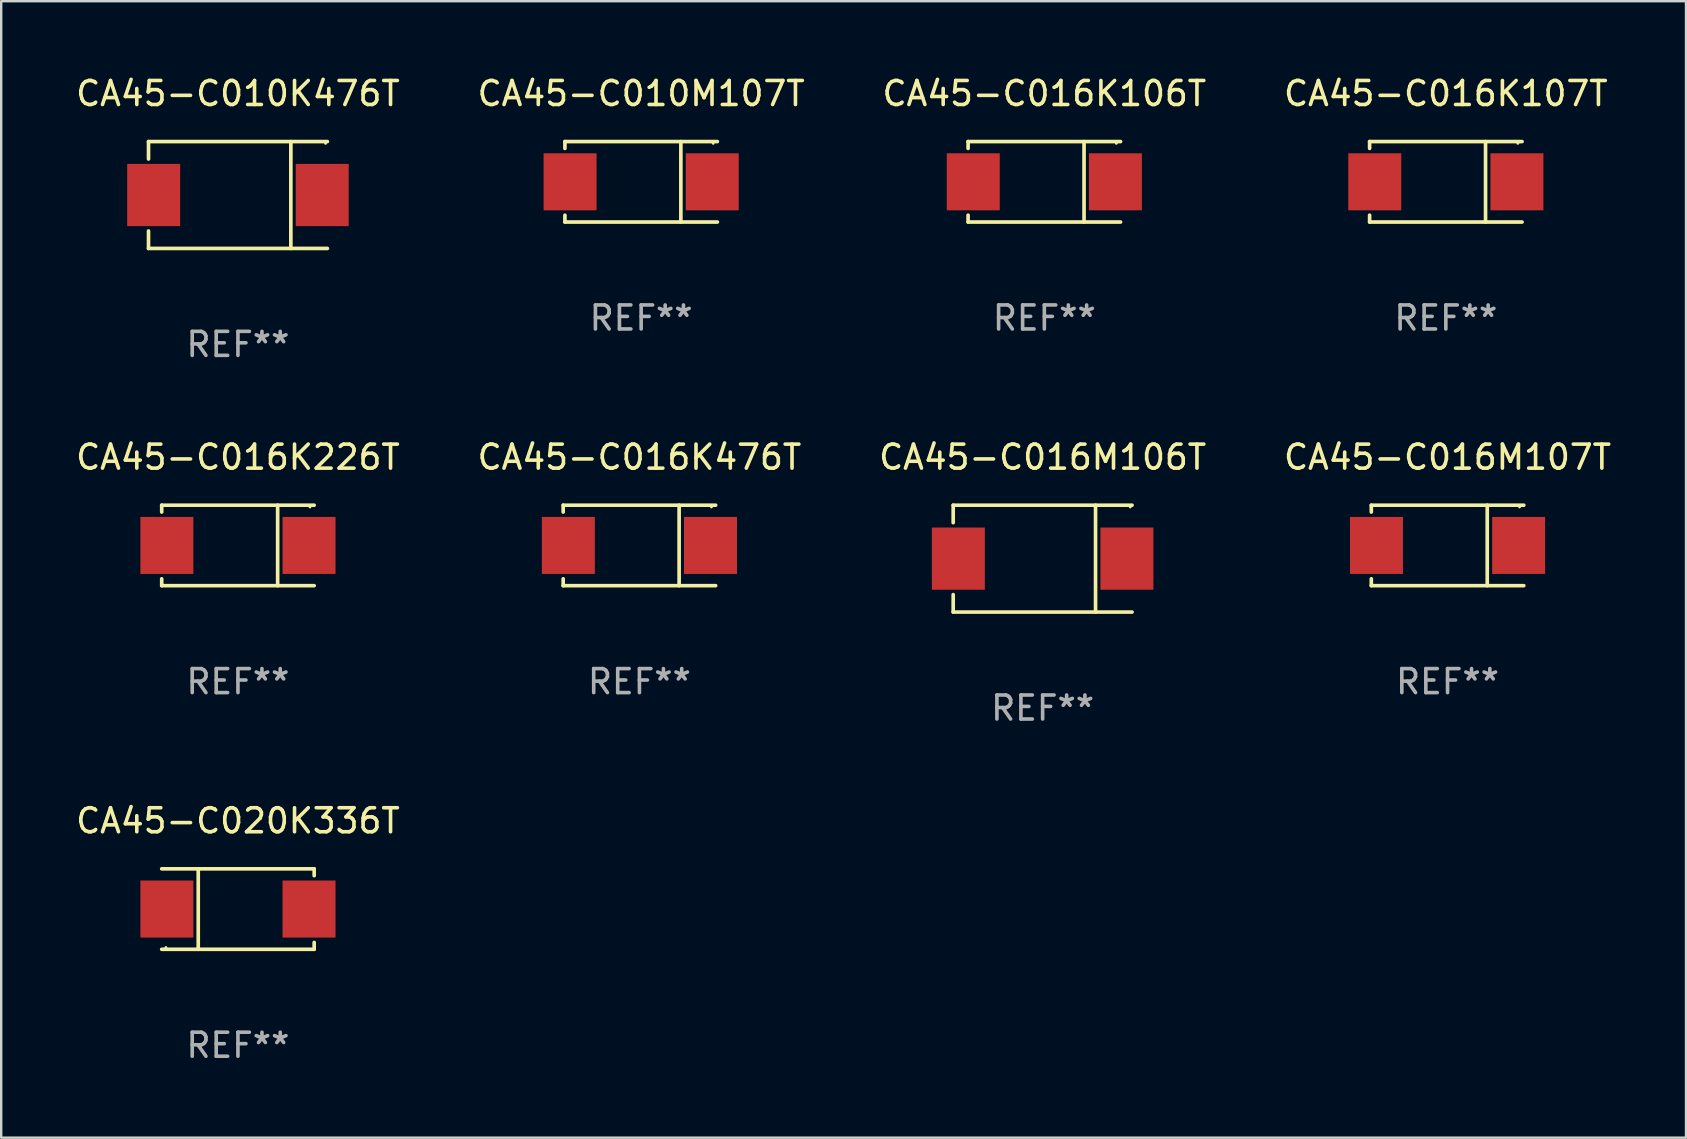
<source format=kicad_pcb>
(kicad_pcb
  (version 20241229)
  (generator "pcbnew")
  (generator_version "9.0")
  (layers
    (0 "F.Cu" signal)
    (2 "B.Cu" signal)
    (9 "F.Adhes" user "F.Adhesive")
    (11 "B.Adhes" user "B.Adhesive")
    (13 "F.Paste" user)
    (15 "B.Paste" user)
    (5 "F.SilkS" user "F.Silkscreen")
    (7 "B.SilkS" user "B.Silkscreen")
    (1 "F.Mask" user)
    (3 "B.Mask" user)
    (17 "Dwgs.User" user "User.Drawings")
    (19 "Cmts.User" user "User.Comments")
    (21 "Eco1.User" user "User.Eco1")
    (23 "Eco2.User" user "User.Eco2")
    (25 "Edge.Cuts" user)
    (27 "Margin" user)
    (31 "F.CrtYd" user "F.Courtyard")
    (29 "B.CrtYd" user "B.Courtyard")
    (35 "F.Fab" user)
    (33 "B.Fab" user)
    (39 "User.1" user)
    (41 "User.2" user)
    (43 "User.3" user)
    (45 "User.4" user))
  (footprint "CA45-C016K106T"
    (layer "F.Cu")
    (at 40.458 4.524)
    (property "Reference" "CA45-C016K106T" (at 0 -3.676 0) (layer "F.SilkS") (effects (font (size 1 1) (thickness 0.15))))
    (attr through_hole)
    (fp_line (start -3.176 -1.676) (end -3.176 -1.391) (stroke (width 0.152) (type solid)) (layer "F.SilkS"))
    (fp_line (start -3.176 -1.676) (end 3.176 -1.676) (stroke (width 0.152) (type solid)) (layer "F.SilkS"))
    (fp_line (start -3.176 1.676) (end -3.176 1.391) (stroke (width 0.152) (type solid)) (layer "F.SilkS"))
    (fp_line (start -3.176 1.676) (end 3.176 1.676) (stroke (width 0.152) (type solid)) (layer "F.SilkS"))
    (fp_line (start 1.654 -1.676) (end 1.654 1.676) (stroke (width 0.152) (type solid)) (layer "F.SilkS"))
    (fp_circle (center 3 -1.6) (end 3.03 -1.6) (stroke (width 0.06) (type solid)) (fill no) (layer "F.SilkS"))
    (fp_text user "REF**" (at 0 5.676 0) (layer "F.Fab") (effects (font (size 1 1) (thickness 0.15))))
    (pad "1" smd rect (at 2.961 0) (size 2.207 2.376) (layers "F.Cu" "F.Mask" "F.Paste"))
    (pad "2" smd rect (at -2.961 0) (size 2.207 2.376) (layers "F.Cu" "F.Mask" "F.Paste")))
  (footprint "CA45-C010M107T"
    (layer "F.Cu")
    (at 23.661 4.524)
    (property "Reference" "CA45-C010M107T" (at 0 -3.676 0) (layer "F.SilkS") (effects (font (size 1 1) (thickness 0.15))))
    (attr through_hole)
    (fp_line (start -3.176 -1.676) (end -3.176 -1.391) (stroke (width 0.152) (type solid)) (layer "F.SilkS"))
    (fp_line (start -3.176 -1.676) (end 3.176 -1.676) (stroke (width 0.152) (type solid)) (layer "F.SilkS"))
    (fp_line (start -3.176 1.676) (end -3.176 1.391) (stroke (width 0.152) (type solid)) (layer "F.SilkS"))
    (fp_line (start -3.176 1.676) (end 3.176 1.676) (stroke (width 0.152) (type solid)) (layer "F.SilkS"))
    (fp_line (start 1.654 -1.676) (end 1.654 1.676) (stroke (width 0.152) (type solid)) (layer "F.SilkS"))
    (fp_circle (center 3 -1.6) (end 3.03 -1.6) (stroke (width 0.06) (type solid)) (fill no) (layer "F.SilkS"))
    (fp_text user "REF**" (at 0 5.676 0) (layer "F.Fab") (effects (font (size 1 1) (thickness 0.15))))
    (pad "1" smd rect (at 2.961 0) (size 2.207 2.376) (layers "F.Cu" "F.Mask" "F.Paste"))
    (pad "2" smd rect (at -2.961 0) (size 2.207 2.376) (layers "F.Cu" "F.Mask" "F.Paste")))
  (footprint "CA45-C016M107T"
    (layer "F.Cu")
    (at 57.256 19.673)
    (property "Reference" "CA45-C016M107T" (at 0 -3.676 0) (layer "F.SilkS") (effects (font (size 1 1) (thickness 0.15))))
    (attr through_hole)
    (fp_line (start -3.176 -1.676) (end -3.176 -1.391) (stroke (width 0.152) (type solid)) (layer "F.SilkS"))
    (fp_line (start -3.176 -1.676) (end 3.176 -1.676) (stroke (width 0.152) (type solid)) (layer "F.SilkS"))
    (fp_line (start -3.176 1.676) (end -3.176 1.391) (stroke (width 0.152) (type solid)) (layer "F.SilkS"))
    (fp_line (start -3.176 1.676) (end 3.176 1.676) (stroke (width 0.152) (type solid)) (layer "F.SilkS"))
    (fp_line (start 1.654 -1.676) (end 1.654 1.676) (stroke (width 0.152) (type solid)) (layer "F.SilkS"))
    (fp_circle (center 3 -1.6) (end 3.03 -1.6) (stroke (width 0.06) (type solid)) (fill no) (layer "F.SilkS"))
    (fp_text user "REF**" (at 0 5.676 0) (layer "F.Fab") (effects (font (size 1 1) (thickness 0.15))))
    (pad "1" smd rect (at 2.961 0) (size 2.207 2.376) (layers "F.Cu" "F.Mask" "F.Paste"))
    (pad "2" smd rect (at -2.961 0) (size 2.207 2.376) (layers "F.Cu" "F.Mask" "F.Paste")))
  (footprint "CA45-C016K107T"
    (layer "F.Cu")
    (at 57.185 4.524)
    (property "Reference" "CA45-C016K107T" (at 0 -3.676 0) (layer "F.SilkS") (effects (font (size 1 1) (thickness 0.15))))
    (attr through_hole)
    (fp_line (start -3.176 -1.676) (end -3.176 -1.391) (stroke (width 0.152) (type solid)) (layer "F.SilkS"))
    (fp_line (start -3.176 -1.676) (end 3.176 -1.676) (stroke (width 0.152) (type solid)) (layer "F.SilkS"))
    (fp_line (start -3.176 1.676) (end -3.176 1.391) (stroke (width 0.152) (type solid)) (layer "F.SilkS"))
    (fp_line (start -3.176 1.676) (end 3.176 1.676) (stroke (width 0.152) (type solid)) (layer "F.SilkS"))
    (fp_line (start 1.654 -1.676) (end 1.654 1.676) (stroke (width 0.152) (type solid)) (layer "F.SilkS"))
    (fp_circle (center 3 -1.6) (end 3.03 -1.6) (stroke (width 0.06) (type solid)) (fill no) (layer "F.SilkS"))
    (fp_text user "REF**" (at 0 5.676 0) (layer "F.Fab") (effects (font (size 1 1) (thickness 0.15))))
    (pad "1" smd rect (at 2.961 0) (size 2.207 2.376) (layers "F.Cu" "F.Mask" "F.Paste"))
    (pad "2" smd rect (at -2.961 0) (size 2.207 2.376) (layers "F.Cu" "F.Mask" "F.Paste")))
  (footprint "CA45-C020K336T"
    (layer "F.Cu")
    (at 6.863 34.822)
    (property "Reference" "CA45-C020K336T" (at 0 -3.676 0) (layer "F.SilkS") (effects (font (size 1 1) (thickness 0.15))))
    (attr through_hole)
    (fp_line (start -1.654 1.676) (end -1.654 -1.676) (stroke (width 0.152) (type solid)) (layer "F.SilkS"))
    (fp_line (start 3.176 -1.676) (end -3.176 -1.676) (stroke (width 0.152) (type solid)) (layer "F.SilkS"))
    (fp_line (start 3.176 -1.676) (end 3.176 -1.391) (stroke (width 0.152) (type solid)) (layer "F.SilkS"))
    (fp_line (start 3.176 1.676) (end -3.176 1.676) (stroke (width 0.152) (type solid)) (layer "F.SilkS"))
    (fp_line (start 3.176 1.676) (end 3.176 1.391) (stroke (width 0.152) (type solid)) (layer "F.SilkS"))
    (fp_circle (center -3 1.6) (end -2.97 1.6) (stroke (width 0.06) (type solid)) (fill no) (layer "F.SilkS"))
    (fp_text user "REF**" (at 0 5.676 0) (layer "F.Fab") (effects (font (size 1 1) (thickness 0.15))))
    (pad "1" smd rect (at -2.961 -0.000051 180) (size 2.207 2.376) (layers "F.Cu" "F.Mask" "F.Paste"))
    (pad "2" smd rect (at 2.961 -0.000051 180) (size 2.207 2.376) (layers "F.Cu" "F.Mask" "F.Paste")))
  (footprint "CA45-C016M106T"
    (layer "F.Cu")
    (at 40.387 20.223)
    (property "Reference" "CA45-C016M106T" (at 0 -4.226 0) (layer "F.SilkS") (effects (font (size 1 1) (thickness 0.15))))
    (attr through_hole)
    (fp_line (start -3.726 -2.226) (end -3.726 -1.499) (stroke (width 0.152) (type solid)) (layer "F.SilkS"))
    (fp_line (start -3.726 -2.226) (end 3.726 -2.226) (stroke (width 0.152) (type solid)) (layer "F.SilkS"))
    (fp_line (start -3.726 2.226) (end -3.726 1.499) (stroke (width 0.152) (type solid)) (layer "F.SilkS"))
    (fp_line (start -3.726 2.226) (end 3.726 2.226) (stroke (width 0.152) (type solid)) (layer "F.SilkS"))
    (fp_line (start 2.204 -2.226) (end 2.204 2.226) (stroke (width 0.152) (type solid)) (layer "F.SilkS"))
    (fp_circle (center 3.65 -2.15) (end 3.68 -2.15) (stroke (width 0.06) (type solid)) (fill no) (layer "F.SilkS"))
    (fp_text user "REF**" (at 0 6.226 0) (layer "F.Fab") (effects (font (size 1 1) (thickness 0.15))))
    (pad "1" smd rect (at 3.511 0) (size 2.207 2.592) (layers "F.Cu" "F.Mask" "F.Paste"))
    (pad "2" smd rect (at -3.511 0) (size 2.207 2.592) (layers "F.Cu" "F.Mask" "F.Paste")))
  (footprint "CA45-C016K476T"
    (layer "F.Cu")
    (at 23.589 19.673)
    (property "Reference" "CA45-C016K476T" (at 0 -3.676 0) (layer "F.SilkS") (effects (font (size 1 1) (thickness 0.15))))
    (attr through_hole)
    (fp_line (start -3.176 -1.676) (end -3.176 -1.391) (stroke (width 0.152) (type solid)) (layer "F.SilkS"))
    (fp_line (start -3.176 -1.676) (end 3.176 -1.676) (stroke (width 0.152) (type solid)) (layer "F.SilkS"))
    (fp_line (start -3.176 1.676) (end -3.176 1.391) (stroke (width 0.152) (type solid)) (layer "F.SilkS"))
    (fp_line (start -3.176 1.676) (end 3.176 1.676) (stroke (width 0.152) (type solid)) (layer "F.SilkS"))
    (fp_line (start 1.654 -1.676) (end 1.654 1.676) (stroke (width 0.152) (type solid)) (layer "F.SilkS"))
    (fp_circle (center 3 -1.6) (end 3.03 -1.6) (stroke (width 0.06) (type solid)) (fill no) (layer "F.SilkS"))
    (fp_text user "REF**" (at 0 5.676 0) (layer "F.Fab") (effects (font (size 1 1) (thickness 0.15))))
    (pad "1" smd rect (at 2.961 0) (size 2.207 2.376) (layers "F.Cu" "F.Mask" "F.Paste"))
    (pad "2" smd rect (at -2.961 0) (size 2.207 2.376) (layers "F.Cu" "F.Mask" "F.Paste")))
  (footprint "CA45-C016K226T"
    (layer "F.Cu")
    (at 6.863 19.673)
    (property "Reference" "CA45-C016K226T" (at 0 -3.676 0) (layer "F.SilkS") (effects (font (size 1 1) (thickness 0.15))))
    (attr through_hole)
    (fp_line (start -3.176 -1.676) (end -3.176 -1.391) (stroke (width 0.152) (type solid)) (layer "F.SilkS"))
    (fp_line (start -3.176 -1.676) (end 3.176 -1.676) (stroke (width 0.152) (type solid)) (layer "F.SilkS"))
    (fp_line (start -3.176 1.676) (end -3.176 1.391) (stroke (width 0.152) (type solid)) (layer "F.SilkS"))
    (fp_line (start -3.176 1.676) (end 3.176 1.676) (stroke (width 0.152) (type solid)) (layer "F.SilkS"))
    (fp_line (start 1.654 -1.676) (end 1.654 1.676) (stroke (width 0.152) (type solid)) (layer "F.SilkS"))
    (fp_circle (center 3 -1.6) (end 3.03 -1.6) (stroke (width 0.06) (type solid)) (fill no) (layer "F.SilkS"))
    (fp_text user "REF**" (at 0 5.676 0) (layer "F.Fab") (effects (font (size 1 1) (thickness 0.15))))
    (pad "1" smd rect (at 2.961 0) (size 2.207 2.376) (layers "F.Cu" "F.Mask" "F.Paste"))
    (pad "2" smd rect (at -2.961 0) (size 2.207 2.376) (layers "F.Cu" "F.Mask" "F.Paste")))
  (footprint "CA45-C010K476T"
    (layer "F.Cu")
    (at 6.863 5.074)
    (property "Reference" "CA45-C010K476T" (at 0 -4.226 0) (layer "F.SilkS") (effects (font (size 1 1) (thickness 0.15))))
    (attr through_hole)
    (fp_line (start -3.726 -2.226) (end -3.726 -1.499) (stroke (width 0.152) (type solid)) (layer "F.SilkS"))
    (fp_line (start -3.726 -2.226) (end 3.726 -2.226) (stroke (width 0.152) (type solid)) (layer "F.SilkS"))
    (fp_line (start -3.726 2.226) (end -3.726 1.499) (stroke (width 0.152) (type solid)) (layer "F.SilkS"))
    (fp_line (start -3.726 2.226) (end 3.726 2.226) (stroke (width 0.152) (type solid)) (layer "F.SilkS"))
    (fp_line (start 2.204 -2.226) (end 2.204 2.226) (stroke (width 0.152) (type solid)) (layer "F.SilkS"))
    (fp_circle (center 3.65 -2.15) (end 3.68 -2.15) (stroke (width 0.06) (type solid)) (fill no) (layer "F.SilkS"))
    (fp_text user "REF**" (at 0 6.226 0) (layer "F.Fab") (effects (font (size 1 1) (thickness 0.15))))
    (pad "1" smd rect (at 3.511 0) (size 2.207 2.592) (layers "F.Cu" "F.Mask" "F.Paste"))
    (pad "2" smd rect (at -3.511 0) (size 2.207 2.592) (layers "F.Cu" "F.Mask" "F.Paste")))
  (gr_rect
    (start -3 -3)
    (end 67.19 44.347)
    (stroke (width 0.1) (type default))
    (fill no)
    (layer "Edge.Cuts")))
</source>
